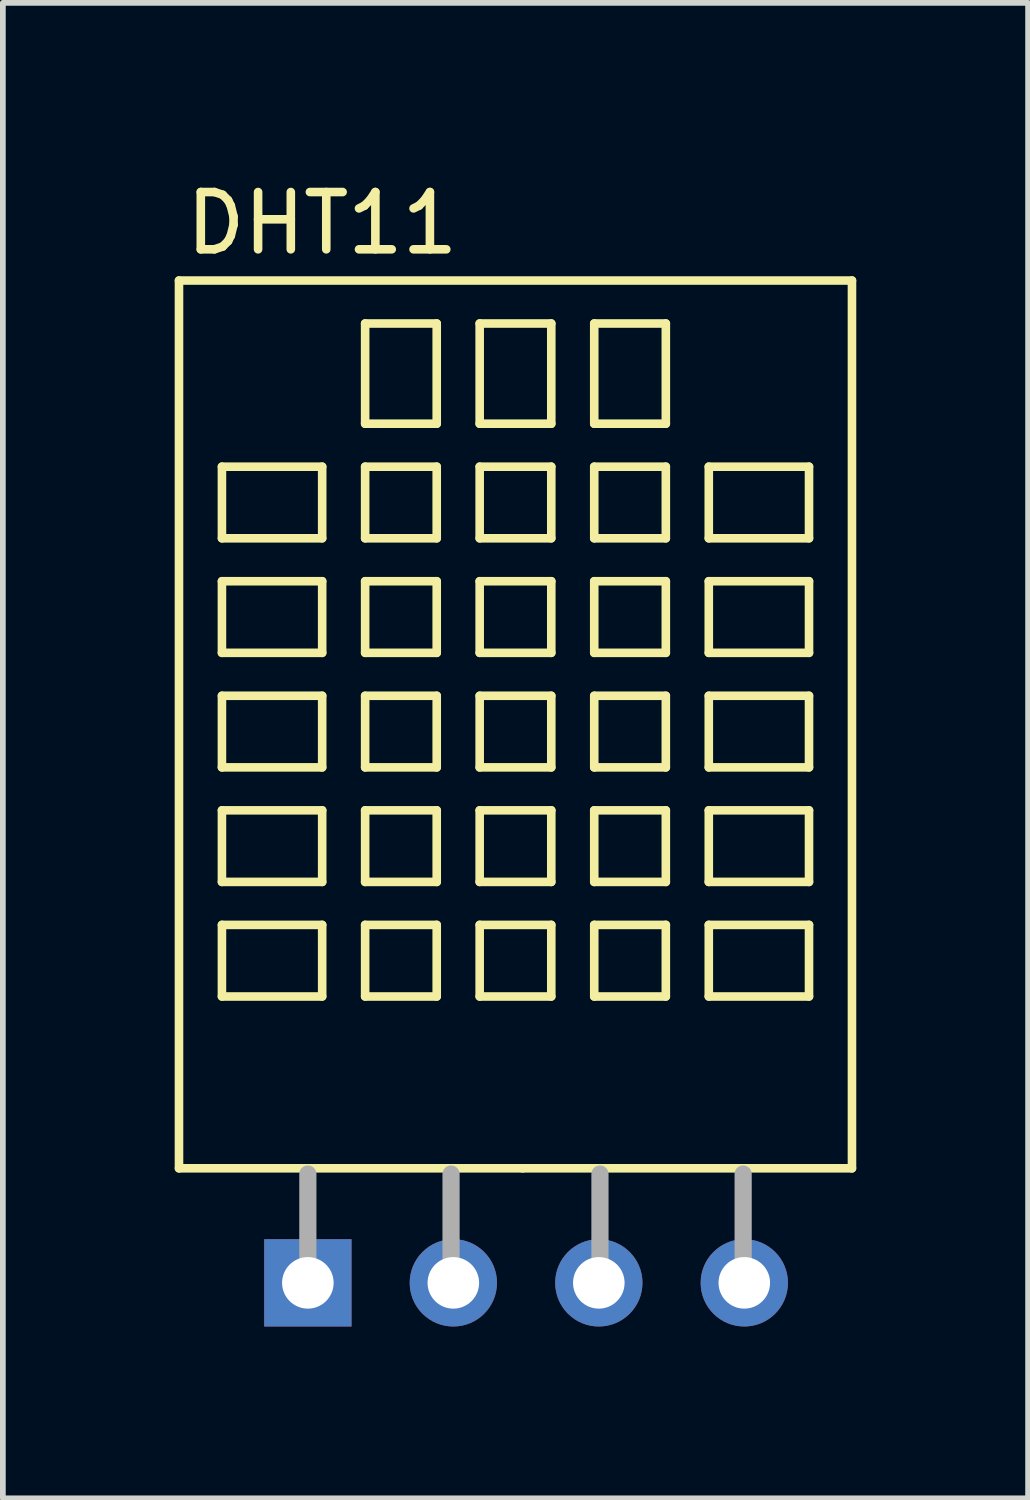
<source format=kicad_pcb>
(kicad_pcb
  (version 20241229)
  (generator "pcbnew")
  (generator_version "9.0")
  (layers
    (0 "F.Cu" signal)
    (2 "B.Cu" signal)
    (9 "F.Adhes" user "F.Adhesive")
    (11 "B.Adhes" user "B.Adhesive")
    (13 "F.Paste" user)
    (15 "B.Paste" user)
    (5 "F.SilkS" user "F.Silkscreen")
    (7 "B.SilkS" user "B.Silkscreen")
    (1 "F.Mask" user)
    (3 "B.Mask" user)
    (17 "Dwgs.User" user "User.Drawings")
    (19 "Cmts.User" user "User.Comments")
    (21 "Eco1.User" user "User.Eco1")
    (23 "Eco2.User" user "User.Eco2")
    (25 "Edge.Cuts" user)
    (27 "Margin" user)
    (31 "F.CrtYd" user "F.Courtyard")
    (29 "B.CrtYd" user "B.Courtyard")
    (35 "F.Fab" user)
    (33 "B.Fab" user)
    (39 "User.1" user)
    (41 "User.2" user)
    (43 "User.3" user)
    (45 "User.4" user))
  (footprint "DHT11"
    (layer "F.Cu")
    (at 2.325 19.348)
    (property "Reference" "DHT11" (at 0.25 -18.5 0) (layer "F.SilkS") (effects (font (size 1 1) (thickness 0.15))))
    (attr through_hole)
    (fp_line (start -2.25 -17.5) (end 9.5 -17.5) (stroke (width 0.15) (type solid)) (layer "F.SilkS"))
    (fp_line (start -2.25 -2) (end -2.25 -17.5) (stroke (width 0.15) (type solid)) (layer "F.SilkS"))
    (fp_line (start -1.5 -14.25) (end 0.25 -14.25) (stroke (width 0.15) (type solid)) (layer "F.SilkS"))
    (fp_line (start -1.5 -13) (end -1.5 -14.25) (stroke (width 0.15) (type solid)) (layer "F.SilkS"))
    (fp_line (start -1.5 -12.25) (end 0.25 -12.25) (stroke (width 0.15) (type solid)) (layer "F.SilkS"))
    (fp_line (start -1.5 -11) (end -1.5 -12.25) (stroke (width 0.15) (type solid)) (layer "F.SilkS"))
    (fp_line (start -1.5 -10.25) (end 0.25 -10.25) (stroke (width 0.15) (type solid)) (layer "F.SilkS"))
    (fp_line (start -1.5 -9) (end -1.5 -10.25) (stroke (width 0.15) (type solid)) (layer "F.SilkS"))
    (fp_line (start -1.5 -8.25) (end 0.25 -8.25) (stroke (width 0.15) (type solid)) (layer "F.SilkS"))
    (fp_line (start -1.5 -7) (end -1.5 -8.25) (stroke (width 0.15) (type solid)) (layer "F.SilkS"))
    (fp_line (start -1.5 -6.25) (end 0.25 -6.25) (stroke (width 0.15) (type solid)) (layer "F.SilkS"))
    (fp_line (start -1.5 -5) (end -1.5 -6.25) (stroke (width 0.15) (type solid)) (layer "F.SilkS"))
    (fp_line (start 0.25 -14.25) (end 0.25 -13) (stroke (width 0.15) (type solid)) (layer "F.SilkS"))
    (fp_line (start 0.25 -13) (end -1.5 -13) (stroke (width 0.15) (type solid)) (layer "F.SilkS"))
    (fp_line (start 0.25 -12.25) (end 0.25 -11) (stroke (width 0.15) (type solid)) (layer "F.SilkS"))
    (fp_line (start 0.25 -11) (end -1.5 -11) (stroke (width 0.15) (type solid)) (layer "F.SilkS"))
    (fp_line (start 0.25 -10.25) (end 0.25 -9) (stroke (width 0.15) (type solid)) (layer "F.SilkS"))
    (fp_line (start 0.25 -9) (end -1.5 -9) (stroke (width 0.15) (type solid)) (layer "F.SilkS"))
    (fp_line (start 0.25 -8.25) (end 0.25 -7) (stroke (width 0.15) (type solid)) (layer "F.SilkS"))
    (fp_line (start 0.25 -7) (end -1.5 -7) (stroke (width 0.15) (type solid)) (layer "F.SilkS"))
    (fp_line (start 0.25 -6.25) (end 0.25 -5) (stroke (width 0.15) (type solid)) (layer "F.SilkS"))
    (fp_line (start 0.25 -5) (end -1.5 -5) (stroke (width 0.15) (type solid)) (layer "F.SilkS"))
    (fp_line (start 1 -16.75) (end 2.25 -16.75) (stroke (width 0.15) (type solid)) (layer "F.SilkS"))
    (fp_line (start 1 -15) (end 1 -16.75) (stroke (width 0.15) (type solid)) (layer "F.SilkS"))
    (fp_line (start 1 -14.25) (end 1 -13) (stroke (width 0.15) (type solid)) (layer "F.SilkS"))
    (fp_line (start 1 -14.25) (end 2.25 -14.25) (stroke (width 0.15) (type solid)) (layer "F.SilkS"))
    (fp_line (start 1 -12.25) (end 1 -11) (stroke (width 0.15) (type solid)) (layer "F.SilkS"))
    (fp_line (start 1 -12.25) (end 2.25 -12.25) (stroke (width 0.15) (type solid)) (layer "F.SilkS"))
    (fp_line (start 1 -10.25) (end 1 -9) (stroke (width 0.15) (type solid)) (layer "F.SilkS"))
    (fp_line (start 1 -10.25) (end 2.25 -10.25) (stroke (width 0.15) (type solid)) (layer "F.SilkS"))
    (fp_line (start 1 -8.25) (end 1 -7) (stroke (width 0.15) (type solid)) (layer "F.SilkS"))
    (fp_line (start 1 -8.25) (end 2.25 -8.25) (stroke (width 0.15) (type solid)) (layer "F.SilkS"))
    (fp_line (start 1 -6.25) (end 1 -5) (stroke (width 0.15) (type solid)) (layer "F.SilkS"))
    (fp_line (start 1 -6.25) (end 2.25 -6.25) (stroke (width 0.15) (type solid)) (layer "F.SilkS"))
    (fp_line (start 2.25 -16.75) (end 2.25 -15) (stroke (width 0.15) (type solid)) (layer "F.SilkS"))
    (fp_line (start 2.25 -15) (end 1 -15) (stroke (width 0.15) (type solid)) (layer "F.SilkS"))
    (fp_line (start 2.25 -13) (end 1 -13) (stroke (width 0.15) (type solid)) (layer "F.SilkS"))
    (fp_line (start 2.25 -13) (end 2.25 -14.25) (stroke (width 0.15) (type solid)) (layer "F.SilkS"))
    (fp_line (start 2.25 -11) (end 1 -11) (stroke (width 0.15) (type solid)) (layer "F.SilkS"))
    (fp_line (start 2.25 -11) (end 2.25 -12.25) (stroke (width 0.15) (type solid)) (layer "F.SilkS"))
    (fp_line (start 2.25 -9) (end 1 -9) (stroke (width 0.15) (type solid)) (layer "F.SilkS"))
    (fp_line (start 2.25 -9) (end 2.25 -10.25) (stroke (width 0.15) (type solid)) (layer "F.SilkS"))
    (fp_line (start 2.25 -7) (end 1 -7) (stroke (width 0.15) (type solid)) (layer "F.SilkS"))
    (fp_line (start 2.25 -7) (end 2.25 -8.25) (stroke (width 0.15) (type solid)) (layer "F.SilkS"))
    (fp_line (start 2.25 -5) (end 1 -5) (stroke (width 0.15) (type solid)) (layer "F.SilkS"))
    (fp_line (start 2.25 -5) (end 2.25 -6.25) (stroke (width 0.15) (type solid)) (layer "F.SilkS"))
    (fp_line (start 3 -16.75) (end 4.25 -16.75) (stroke (width 0.15) (type solid)) (layer "F.SilkS"))
    (fp_line (start 3 -15) (end 3 -16.75) (stroke (width 0.15) (type solid)) (layer "F.SilkS"))
    (fp_line (start 3 -14.25) (end 3 -13) (stroke (width 0.15) (type solid)) (layer "F.SilkS"))
    (fp_line (start 3 -14.25) (end 4.25 -14.25) (stroke (width 0.15) (type solid)) (layer "F.SilkS"))
    (fp_line (start 3 -12.25) (end 3 -11) (stroke (width 0.15) (type solid)) (layer "F.SilkS"))
    (fp_line (start 3 -12.25) (end 4.25 -12.25) (stroke (width 0.15) (type solid)) (layer "F.SilkS"))
    (fp_line (start 3 -10.25) (end 3 -9) (stroke (width 0.15) (type solid)) (layer "F.SilkS"))
    (fp_line (start 3 -10.25) (end 4.25 -10.25) (stroke (width 0.15) (type solid)) (layer "F.SilkS"))
    (fp_line (start 3 -8.25) (end 3 -7) (stroke (width 0.15) (type solid)) (layer "F.SilkS"))
    (fp_line (start 3 -8.25) (end 4.25 -8.25) (stroke (width 0.15) (type solid)) (layer "F.SilkS"))
    (fp_line (start 3 -6.25) (end 3 -5) (stroke (width 0.15) (type solid)) (layer "F.SilkS"))
    (fp_line (start 3 -6.25) (end 4.25 -6.25) (stroke (width 0.15) (type solid)) (layer "F.SilkS"))
    (fp_line (start 3.75 -2) (end -2.25 -2) (stroke (width 0.15) (type solid)) (layer "F.SilkS"))
    (fp_line (start 4.25 -16.75) (end 4.25 -15) (stroke (width 0.15) (type solid)) (layer "F.SilkS"))
    (fp_line (start 4.25 -15) (end 3 -15) (stroke (width 0.15) (type solid)) (layer "F.SilkS"))
    (fp_line (start 4.25 -13) (end 3 -13) (stroke (width 0.15) (type solid)) (layer "F.SilkS"))
    (fp_line (start 4.25 -13) (end 4.25 -14.25) (stroke (width 0.15) (type solid)) (layer "F.SilkS"))
    (fp_line (start 4.25 -11) (end 3 -11) (stroke (width 0.15) (type solid)) (layer "F.SilkS"))
    (fp_line (start 4.25 -11) (end 4.25 -12.25) (stroke (width 0.15) (type solid)) (layer "F.SilkS"))
    (fp_line (start 4.25 -9) (end 3 -9) (stroke (width 0.15) (type solid)) (layer "F.SilkS"))
    (fp_line (start 4.25 -9) (end 4.25 -10.25) (stroke (width 0.15) (type solid)) (layer "F.SilkS"))
    (fp_line (start 4.25 -7) (end 3 -7) (stroke (width 0.15) (type solid)) (layer "F.SilkS"))
    (fp_line (start 4.25 -7) (end 4.25 -8.25) (stroke (width 0.15) (type solid)) (layer "F.SilkS"))
    (fp_line (start 4.25 -5) (end 3 -5) (stroke (width 0.15) (type solid)) (layer "F.SilkS"))
    (fp_line (start 4.25 -5) (end 4.25 -6.25) (stroke (width 0.15) (type solid)) (layer "F.SilkS"))
    (fp_line (start 5 -16.75) (end 6.25 -16.75) (stroke (width 0.15) (type solid)) (layer "F.SilkS"))
    (fp_line (start 5 -15) (end 5 -16.75) (stroke (width 0.15) (type solid)) (layer "F.SilkS"))
    (fp_line (start 5 -14.25) (end 5 -13) (stroke (width 0.15) (type solid)) (layer "F.SilkS"))
    (fp_line (start 5 -14.25) (end 6.25 -14.25) (stroke (width 0.15) (type solid)) (layer "F.SilkS"))
    (fp_line (start 5 -12.25) (end 5 -11) (stroke (width 0.15) (type solid)) (layer "F.SilkS"))
    (fp_line (start 5 -12.25) (end 6.25 -12.25) (stroke (width 0.15) (type solid)) (layer "F.SilkS"))
    (fp_line (start 5 -10.25) (end 5 -9) (stroke (width 0.15) (type solid)) (layer "F.SilkS"))
    (fp_line (start 5 -10.25) (end 6.25 -10.25) (stroke (width 0.15) (type solid)) (layer "F.SilkS"))
    (fp_line (start 5 -8.25) (end 5 -7) (stroke (width 0.15) (type solid)) (layer "F.SilkS"))
    (fp_line (start 5 -8.25) (end 6.25 -8.25) (stroke (width 0.15) (type solid)) (layer "F.SilkS"))
    (fp_line (start 5 -6.25) (end 5 -5) (stroke (width 0.15) (type solid)) (layer "F.SilkS"))
    (fp_line (start 5 -6.25) (end 6.25 -6.25) (stroke (width 0.15) (type solid)) (layer "F.SilkS"))
    (fp_line (start 6.25 -16.75) (end 6.25 -15) (stroke (width 0.15) (type solid)) (layer "F.SilkS"))
    (fp_line (start 6.25 -15) (end 5 -15) (stroke (width 0.15) (type solid)) (layer "F.SilkS"))
    (fp_line (start 6.25 -13) (end 5 -13) (stroke (width 0.15) (type solid)) (layer "F.SilkS"))
    (fp_line (start 6.25 -13) (end 6.25 -14.25) (stroke (width 0.15) (type solid)) (layer "F.SilkS"))
    (fp_line (start 6.25 -11) (end 5 -11) (stroke (width 0.15) (type solid)) (layer "F.SilkS"))
    (fp_line (start 6.25 -11) (end 6.25 -12.25) (stroke (width 0.15) (type solid)) (layer "F.SilkS"))
    (fp_line (start 6.25 -9) (end 5 -9) (stroke (width 0.15) (type solid)) (layer "F.SilkS"))
    (fp_line (start 6.25 -9) (end 6.25 -10.25) (stroke (width 0.15) (type solid)) (layer "F.SilkS"))
    (fp_line (start 6.25 -7) (end 5 -7) (stroke (width 0.15) (type solid)) (layer "F.SilkS"))
    (fp_line (start 6.25 -7) (end 6.25 -8.25) (stroke (width 0.15) (type solid)) (layer "F.SilkS"))
    (fp_line (start 6.25 -5) (end 5 -5) (stroke (width 0.15) (type solid)) (layer "F.SilkS"))
    (fp_line (start 6.25 -5) (end 6.25 -6.25) (stroke (width 0.15) (type solid)) (layer "F.SilkS"))
    (fp_line (start 7 -14.25) (end 8.75 -14.25) (stroke (width 0.15) (type solid)) (layer "F.SilkS"))
    (fp_line (start 7 -13) (end 7 -14.25) (stroke (width 0.15) (type solid)) (layer "F.SilkS"))
    (fp_line (start 7 -12.25) (end 8.75 -12.25) (stroke (width 0.15) (type solid)) (layer "F.SilkS"))
    (fp_line (start 7 -11) (end 7 -12.25) (stroke (width 0.15) (type solid)) (layer "F.SilkS"))
    (fp_line (start 7 -10.25) (end 8.75 -10.25) (stroke (width 0.15) (type solid)) (layer "F.SilkS"))
    (fp_line (start 7 -9) (end 7 -10.25) (stroke (width 0.15) (type solid)) (layer "F.SilkS"))
    (fp_line (start 7 -8.25) (end 8.75 -8.25) (stroke (width 0.15) (type solid)) (layer "F.SilkS"))
    (fp_line (start 7 -7) (end 7 -8.25) (stroke (width 0.15) (type solid)) (layer "F.SilkS"))
    (fp_line (start 7 -6.25) (end 8.75 -6.25) (stroke (width 0.15) (type solid)) (layer "F.SilkS"))
    (fp_line (start 7 -5) (end 7 -6.25) (stroke (width 0.15) (type solid)) (layer "F.SilkS"))
    (fp_line (start 8.75 -14.25) (end 8.75 -13) (stroke (width 0.15) (type solid)) (layer "F.SilkS"))
    (fp_line (start 8.75 -13) (end 7 -13) (stroke (width 0.15) (type solid)) (layer "F.SilkS"))
    (fp_line (start 8.75 -12.25) (end 8.75 -11) (stroke (width 0.15) (type solid)) (layer "F.SilkS"))
    (fp_line (start 8.75 -11) (end 7 -11) (stroke (width 0.15) (type solid)) (layer "F.SilkS"))
    (fp_line (start 8.75 -10.25) (end 8.75 -9) (stroke (width 0.15) (type solid)) (layer "F.SilkS"))
    (fp_line (start 8.75 -9) (end 7 -9) (stroke (width 0.15) (type solid)) (layer "F.SilkS"))
    (fp_line (start 8.75 -8.25) (end 8.75 -7) (stroke (width 0.15) (type solid)) (layer "F.SilkS"))
    (fp_line (start 8.75 -7) (end 7 -7) (stroke (width 0.15) (type solid)) (layer "F.SilkS"))
    (fp_line (start 8.75 -6.25) (end 8.75 -5) (stroke (width 0.15) (type solid)) (layer "F.SilkS"))
    (fp_line (start 8.75 -5) (end 7 -5) (stroke (width 0.15) (type solid)) (layer "F.SilkS"))
    (fp_line (start 9.5 -17.5) (end 9.5 -2) (stroke (width 0.15) (type solid)) (layer "F.SilkS"))
    (fp_line (start 9.5 -2) (end 3.75 -2) (stroke (width 0.15) (type solid)) (layer "F.SilkS"))
    (fp_line (start 0 0) (end 0 -1.9) (stroke (width 0.3) (type solid)) (layer "F.Fab"))
    (fp_line (start 2.5 0) (end 2.5 -1.9) (stroke (width 0.3) (type solid)) (layer "F.Fab"))
    (fp_line (start 5.1 0) (end 5.1 -1.9) (stroke (width 0.3) (type solid)) (layer "F.Fab"))
    (fp_line (start 7.6 0) (end 7.6 -1.9) (stroke (width 0.3) (type solid)) (layer "F.Fab"))
    (pad "1" thru_hole rect (at 0 0) (size 1.524 1.524) (drill 0.9) (layers "*.Cu" "*.Mask"))
    (pad "2" thru_hole circle (at 2.54 0) (size 1.524 1.524) (drill 0.9) (layers "*.Cu" "*.Mask"))
    (pad "3" thru_hole circle (at 5.08 0) (size 1.524 1.524) (drill 0.9) (layers "*.Cu" "*.Mask"))
    (pad "4" thru_hole circle (at 7.62 0) (size 1.524 1.524) (drill 0.9) (layers "*.Cu" "*.Mask")))
  (gr_rect
    (start -3 -3)
    (end 14.9 23.11)
    (stroke (width 0.1) (type default))
    (fill no)
    (layer "Edge.Cuts")))
</source>
